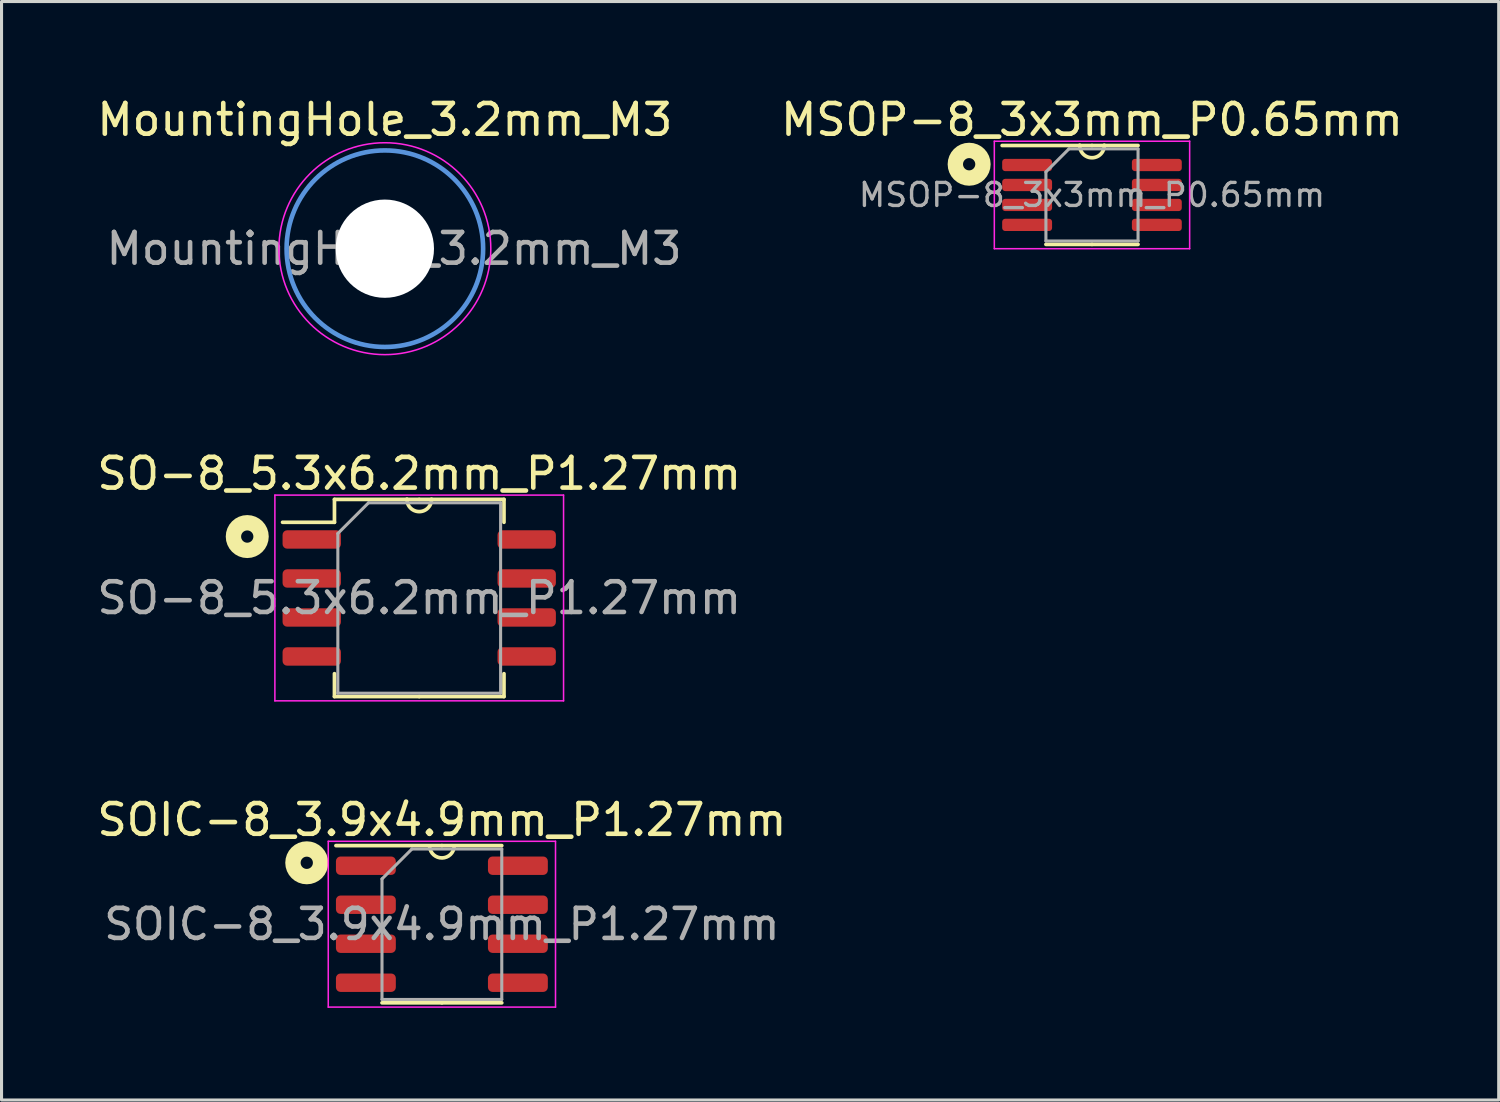
<source format=kicad_pcb>
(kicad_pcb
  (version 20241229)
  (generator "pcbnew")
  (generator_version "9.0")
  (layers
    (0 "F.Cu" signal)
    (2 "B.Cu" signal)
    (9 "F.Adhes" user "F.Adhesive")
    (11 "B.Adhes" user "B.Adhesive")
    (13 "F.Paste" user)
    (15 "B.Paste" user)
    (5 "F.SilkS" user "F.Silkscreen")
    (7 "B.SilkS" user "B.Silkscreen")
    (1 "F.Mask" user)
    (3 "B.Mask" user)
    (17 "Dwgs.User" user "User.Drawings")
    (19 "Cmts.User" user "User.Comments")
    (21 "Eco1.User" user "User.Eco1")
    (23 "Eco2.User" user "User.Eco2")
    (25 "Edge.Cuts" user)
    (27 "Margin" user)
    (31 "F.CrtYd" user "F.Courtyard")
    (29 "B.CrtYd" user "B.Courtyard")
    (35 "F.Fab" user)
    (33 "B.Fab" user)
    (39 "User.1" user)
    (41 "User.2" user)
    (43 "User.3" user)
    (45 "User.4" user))
  (footprint "MSOP-8_3x3mm_P0.65mm"
    (layer "F.Cu")
    (at 32.508 3.298)
    (property "Reference" "MSOP-8_3x3mm_P0.65mm" (at 0 -2.45 0) (layer "F.SilkS") (effects (font (size 1 1) (thickness 0.15))))
    (attr smd)
    (fp_line (start 0 -1.61) (end -2.925 -1.61) (stroke (width 0.12) (type solid)) (layer "F.SilkS"))
    (fp_line (start 0 -1.61) (end 1.5 -1.61) (stroke (width 0.12) (type solid)) (layer "F.SilkS"))
    (fp_line (start 0 1.61) (end -1.5 1.61) (stroke (width 0.12) (type solid)) (layer "F.SilkS"))
    (fp_line (start 0 1.61) (end 1.5 1.61) (stroke (width 0.12) (type solid)) (layer "F.SilkS"))
    (fp_arc (start 0.399999 -1.620001) (mid 0.000001 -1.209876) (end -0.399999 -1.619999) (stroke (width 0.12) (type solid)) (layer "F.SilkS"))
    (fp_circle (center -4 -1) (end -3.8 -1) (stroke (width 0.5) (type solid)) (fill no) (layer "F.SilkS"))
    (fp_line (start -3.18 -1.75) (end -3.18 1.75) (stroke (width 0.05) (type solid)) (layer "F.CrtYd"))
    (fp_line (start -3.18 1.75) (end 3.18 1.75) (stroke (width 0.05) (type solid)) (layer "F.CrtYd"))
    (fp_line (start 3.18 -1.75) (end -3.18 -1.75) (stroke (width 0.05) (type solid)) (layer "F.CrtYd"))
    (fp_line (start 3.18 1.75) (end 3.18 -1.75) (stroke (width 0.05) (type solid)) (layer "F.CrtYd"))
    (fp_line (start -1.5 -0.75) (end -0.75 -1.5) (stroke (width 0.1) (type solid)) (layer "F.Fab"))
    (fp_line (start -1.5 1.5) (end -1.5 -0.75) (stroke (width 0.1) (type solid)) (layer "F.Fab"))
    (fp_line (start -0.75 -1.5) (end 1.5 -1.5) (stroke (width 0.1) (type solid)) (layer "F.Fab"))
    (fp_line (start 1.5 -1.5) (end 1.5 1.5) (stroke (width 0.1) (type solid)) (layer "F.Fab"))
    (fp_line (start 1.5 1.5) (end -1.5 1.5) (stroke (width 0.1) (type solid)) (layer "F.Fab"))
    (fp_text user "${REFERENCE}" (at 0 0 0) (layer "F.Fab") (effects (font (size 0.75 0.75) (thickness 0.11))))
    (pad "1" smd roundrect (at -2.112 -0.975) (size 1.625 0.4) (layers "F.Cu" "F.Mask" "F.Paste") (roundrect_rratio 0.25))
    (pad "2" smd roundrect (at -2.112 -0.325) (size 1.625 0.4) (layers "F.Cu" "F.Mask" "F.Paste") (roundrect_rratio 0.25))
    (pad "3" smd roundrect (at -2.112 0.325) (size 1.625 0.4) (layers "F.Cu" "F.Mask" "F.Paste") (roundrect_rratio 0.25))
    (pad "4" smd roundrect (at -2.112 0.975) (size 1.625 0.4) (layers "F.Cu" "F.Mask" "F.Paste") (roundrect_rratio 0.25))
    (pad "5" smd roundrect (at 2.112 0.975) (size 1.625 0.4) (layers "F.Cu" "F.Mask" "F.Paste") (roundrect_rratio 0.25))
    (pad "6" smd roundrect (at 2.112 0.325) (size 1.625 0.4) (layers "F.Cu" "F.Mask" "F.Paste") (roundrect_rratio 0.25))
    (pad "7" smd roundrect (at 2.112 -0.325) (size 1.625 0.4) (layers "F.Cu" "F.Mask" "F.Paste") (roundrect_rratio 0.25))
    (pad "8" smd roundrect (at 2.112 -0.975) (size 1.625 0.4) (layers "F.Cu" "F.Mask" "F.Paste") (roundrect_rratio 0.25)))
  (footprint "SOIC-8_3.9x4.9mm_P1.27mm"
    (layer "F.Cu")
    (at 11.339 27.045)
    (property "Reference" "SOIC-8_3.9x4.9mm_P1.27mm" (at 0 -3.4 0) (layer "F.SilkS") (effects (font (size 1 1) (thickness 0.15))))
    (attr smd)
    (fp_line (start 0 -2.56) (end -3.45 -2.56) (stroke (width 0.12) (type solid)) (layer "F.SilkS"))
    (fp_line (start 0 -2.56) (end 1.95 -2.56) (stroke (width 0.12) (type solid)) (layer "F.SilkS"))
    (fp_line (start 0 2.56) (end -1.95 2.56) (stroke (width 0.12) (type solid)) (layer "F.SilkS"))
    (fp_line (start 0 2.56) (end 1.95 2.56) (stroke (width 0.12) (type solid)) (layer "F.SilkS"))
    (fp_arc (start 0.401104 -2.533259) (mid 0.006652 -2.158061) (end -0.399999 -2.520001) (stroke (width 0.12) (type solid)) (layer "F.SilkS"))
    (fp_circle (center -4.4 -2) (end -4.2 -2) (stroke (width 0.5) (type solid)) (fill no) (layer "F.SilkS"))
    (fp_line (start -3.7 -2.7) (end -3.7 2.7) (stroke (width 0.05) (type solid)) (layer "F.CrtYd"))
    (fp_line (start -3.7 2.7) (end 3.7 2.7) (stroke (width 0.05) (type solid)) (layer "F.CrtYd"))
    (fp_line (start 3.7 -2.7) (end -3.7 -2.7) (stroke (width 0.05) (type solid)) (layer "F.CrtYd"))
    (fp_line (start 3.7 2.7) (end 3.7 -2.7) (stroke (width 0.05) (type solid)) (layer "F.CrtYd"))
    (fp_line (start -1.95 -1.475) (end -0.975 -2.45) (stroke (width 0.1) (type solid)) (layer "F.Fab"))
    (fp_line (start -1.95 2.45) (end -1.95 -1.475) (stroke (width 0.1) (type solid)) (layer "F.Fab"))
    (fp_line (start -0.975 -2.45) (end 1.95 -2.45) (stroke (width 0.1) (type solid)) (layer "F.Fab"))
    (fp_line (start 1.95 -2.45) (end 1.95 2.45) (stroke (width 0.1) (type solid)) (layer "F.Fab"))
    (fp_line (start 1.95 2.45) (end -1.95 2.45) (stroke (width 0.1) (type solid)) (layer "F.Fab"))
    (fp_text user "${REFERENCE}" (at 0 0 0) (layer "F.Fab") (effects (font (size 0.98 0.98) (thickness 0.15))))
    (pad "1" smd roundrect (at -2.475 -1.905) (size 1.95 0.6) (layers "F.Cu" "F.Mask" "F.Paste") (roundrect_rratio 0.25))
    (pad "2" smd roundrect (at -2.475 -0.635) (size 1.95 0.6) (layers "F.Cu" "F.Mask" "F.Paste") (roundrect_rratio 0.25))
    (pad "3" smd roundrect (at -2.475 0.635) (size 1.95 0.6) (layers "F.Cu" "F.Mask" "F.Paste") (roundrect_rratio 0.25))
    (pad "4" smd roundrect (at -2.475 1.905) (size 1.95 0.6) (layers "F.Cu" "F.Mask" "F.Paste") (roundrect_rratio 0.25))
    (pad "5" smd roundrect (at 2.475 1.905) (size 1.95 0.6) (layers "F.Cu" "F.Mask" "F.Paste") (roundrect_rratio 0.25))
    (pad "6" smd roundrect (at 2.475 0.635) (size 1.95 0.6) (layers "F.Cu" "F.Mask" "F.Paste") (roundrect_rratio 0.25))
    (pad "7" smd roundrect (at 2.475 -0.635) (size 1.95 0.6) (layers "F.Cu" "F.Mask" "F.Paste") (roundrect_rratio 0.25))
    (pad "8" smd roundrect (at 2.475 -1.905) (size 1.95 0.6) (layers "F.Cu" "F.Mask" "F.Paste") (roundrect_rratio 0.25)))
  (footprint "MountingHole_3.2mm_M3"
    (layer "F.Cu")
    (at 9.482 5.048)
    (property "Reference" "MountingHole_3.2mm_M3" (at 0 -4.2 0) (layer "F.SilkS") (effects (font (size 1 1) (thickness 0.15))))
    (attr exclude_from_pos_files exclude_from_bom)
    (fp_circle (center 0 0) (end 3.2 0) (stroke (width 0.15) (type solid)) (fill no) (layer "Cmts.User"))
    (fp_circle (center 0 0) (end 3.45 0) (stroke (width 0.05) (type solid)) (fill no) (layer "F.CrtYd"))
    (fp_text user "${REFERENCE}" (at 0.3 0 0) (layer "F.Fab") (effects (font (size 1 1) (thickness 0.15))))
    (pad "" np_thru_hole circle (at 0 0) (size 3.2 3.2) (drill 3.2) (layers "*.Cu" "*.Mask")))
  (footprint "SO-8_5.3x6.2mm_P1.27mm"
    (layer "F.Cu")
    (at 10.601 16.422)
    (property "Reference" "SO-8_5.3x6.2mm_P1.27mm" (at 0 -4.05 0) (layer "F.SilkS") (effects (font (size 1 1) (thickness 0.15))))
    (attr smd)
    (fp_line (start -2.76 -3.21) (end -2.76 -2.465) (stroke (width 0.12) (type solid)) (layer "F.SilkS"))
    (fp_line (start -2.76 -2.465) (end -4.45 -2.465) (stroke (width 0.12) (type solid)) (layer "F.SilkS"))
    (fp_line (start -2.76 3.21) (end -2.76 2.465) (stroke (width 0.12) (type solid)) (layer "F.SilkS"))
    (fp_line (start 0 -3.21) (end -2.76 -3.21) (stroke (width 0.12) (type solid)) (layer "F.SilkS"))
    (fp_line (start 0 -3.21) (end 2.76 -3.21) (stroke (width 0.12) (type solid)) (layer "F.SilkS"))
    (fp_line (start 0 3.21) (end -2.76 3.21) (stroke (width 0.12) (type solid)) (layer "F.SilkS"))
    (fp_line (start 0 3.21) (end 2.76 3.21) (stroke (width 0.12) (type solid)) (layer "F.SilkS"))
    (fp_line (start 2.76 -3.21) (end 2.76 -2.465) (stroke (width 0.12) (type solid)) (layer "F.SilkS"))
    (fp_line (start 2.76 3.21) (end 2.76 2.465) (stroke (width 0.12) (type solid)) (layer "F.SilkS"))
    (fp_arc (start 0.400068 -3.216669) (mid -0.001665 -2.80988) (end -0.399999 -3.219999) (stroke (width 0.12) (type solid)) (layer "F.SilkS"))
    (fp_circle (center -5.6 -2) (end -5.4 -2) (stroke (width 0.5) (type solid)) (fill no) (layer "F.SilkS"))
    (fp_line (start -4.7 -3.35) (end -4.7 3.35) (stroke (width 0.05) (type solid)) (layer "F.CrtYd"))
    (fp_line (start -4.7 3.35) (end 4.7 3.35) (stroke (width 0.05) (type solid)) (layer "F.CrtYd"))
    (fp_line (start 4.7 -3.35) (end -4.7 -3.35) (stroke (width 0.05) (type solid)) (layer "F.CrtYd"))
    (fp_line (start 4.7 3.35) (end 4.7 -3.35) (stroke (width 0.05) (type solid)) (layer "F.CrtYd"))
    (fp_line (start -2.65 -2.1) (end -1.65 -3.1) (stroke (width 0.1) (type solid)) (layer "F.Fab"))
    (fp_line (start -2.65 3.1) (end -2.65 -2.1) (stroke (width 0.1) (type solid)) (layer "F.Fab"))
    (fp_line (start -1.65 -3.1) (end 2.65 -3.1) (stroke (width 0.1) (type solid)) (layer "F.Fab"))
    (fp_line (start 2.65 -3.1) (end 2.65 3.1) (stroke (width 0.1) (type solid)) (layer "F.Fab"))
    (fp_line (start 2.65 3.1) (end -2.65 3.1) (stroke (width 0.1) (type solid)) (layer "F.Fab"))
    (fp_text user "${REFERENCE}" (at 0 0 0) (layer "F.Fab") (effects (font (size 1 1) (thickness 0.15))))
    (pad "1" smd roundrect (at -3.5 -1.905) (size 1.9 0.6) (layers "F.Cu" "F.Mask" "F.Paste") (roundrect_rratio 0.25))
    (pad "2" smd roundrect (at -3.5 -0.635) (size 1.9 0.6) (layers "F.Cu" "F.Mask" "F.Paste") (roundrect_rratio 0.25))
    (pad "3" smd roundrect (at -3.5 0.635) (size 1.9 0.6) (layers "F.Cu" "F.Mask" "F.Paste") (roundrect_rratio 0.25))
    (pad "4" smd roundrect (at -3.5 1.905) (size 1.9 0.6) (layers "F.Cu" "F.Mask" "F.Paste") (roundrect_rratio 0.25))
    (pad "5" smd roundrect (at 3.5 1.905) (size 1.9 0.6) (layers "F.Cu" "F.Mask" "F.Paste") (roundrect_rratio 0.25))
    (pad "6" smd roundrect (at 3.5 0.635) (size 1.9 0.6) (layers "F.Cu" "F.Mask" "F.Paste") (roundrect_rratio 0.25))
    (pad "7" smd roundrect (at 3.5 -0.635) (size 1.9 0.6) (layers "F.Cu" "F.Mask" "F.Paste") (roundrect_rratio 0.25))
    (pad "8" smd roundrect (at 3.5 -1.905) (size 1.9 0.6) (layers "F.Cu" "F.Mask" "F.Paste") (roundrect_rratio 0.25)))
  (gr_rect
    (start -3 -3)
    (end 45.752 32.77)
    (stroke (width 0.1) (type default))
    (fill no)
    (layer "Edge.Cuts")))
</source>
